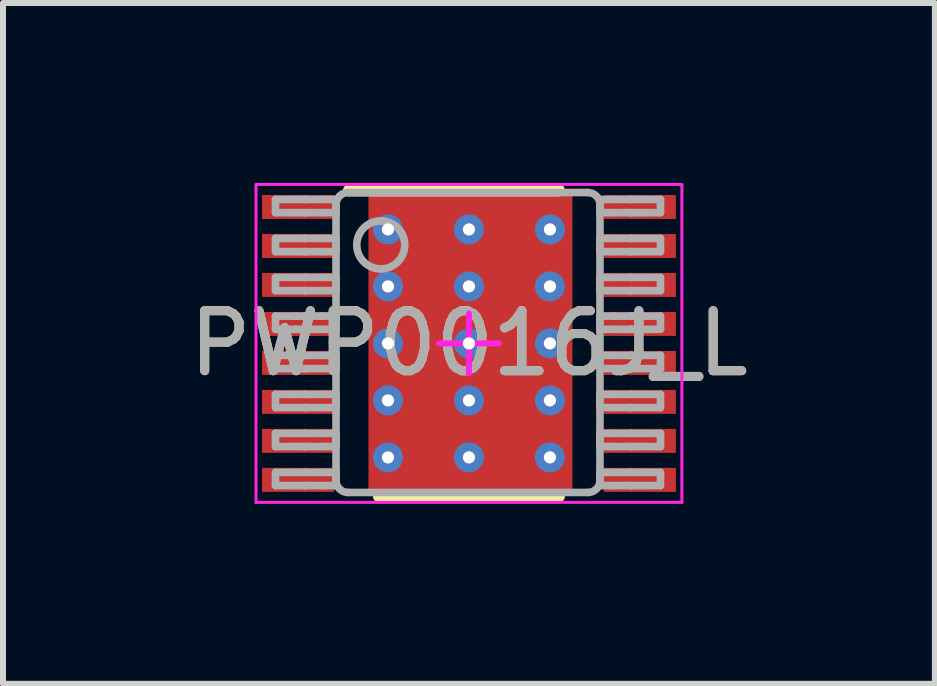
<source format=kicad_pcb>
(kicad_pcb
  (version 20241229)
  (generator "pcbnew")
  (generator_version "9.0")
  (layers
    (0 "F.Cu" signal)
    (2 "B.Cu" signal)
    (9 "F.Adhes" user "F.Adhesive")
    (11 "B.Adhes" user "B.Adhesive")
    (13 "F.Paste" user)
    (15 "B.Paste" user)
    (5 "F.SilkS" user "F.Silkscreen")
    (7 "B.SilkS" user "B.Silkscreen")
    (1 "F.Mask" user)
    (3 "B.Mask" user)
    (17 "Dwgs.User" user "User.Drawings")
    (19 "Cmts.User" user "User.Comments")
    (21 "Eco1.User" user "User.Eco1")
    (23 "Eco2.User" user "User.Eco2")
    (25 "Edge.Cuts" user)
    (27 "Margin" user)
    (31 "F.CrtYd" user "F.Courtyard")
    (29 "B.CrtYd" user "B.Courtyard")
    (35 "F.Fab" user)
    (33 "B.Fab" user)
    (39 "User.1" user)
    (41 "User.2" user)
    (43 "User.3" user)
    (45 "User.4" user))
  (footprint "PWP0016J_L"
    (layer "F.Cu")
    (at 4.768 2.675)
    (property "Reference" "PWP0016J_L" (at 0 0 0) (unlocked yes) (layer "F.SilkS") (effects (font (size 1 1) (thickness 0.15))))
    (attr smd)
    (fp_poly (pts (xy -1.23 1.726) (xy -1.23 -1.726) (xy -1.229 -1.735) (xy -1.226 -1.745) (xy -1.222 -1.753) (xy -1.216 -1.761) (xy -1.208 -1.767) (xy -1.2 -1.771) (xy -1.19 -1.774) (xy -1.181 -1.775) (xy 1.181 -1.775) (xy 1.19 -1.774) (xy 1.2 -1.771) (xy 1.208 -1.767) (xy 1.216 -1.761) (xy 1.222 -1.753) (xy 1.226 -1.745) (xy 1.229 -1.735) (xy 1.23 -1.726) (xy 1.23 1.726) (xy 1.229 1.735) (xy 1.226 1.745) (xy 1.222 1.753) (xy 1.216 1.761) (xy 1.208 1.767) (xy 1.2 1.771) (xy 1.19 1.774) (xy 1.181 1.775) (xy -1.181 1.775) (xy -1.19 1.774) (xy -1.2 1.771) (xy -1.208 1.767) (xy -1.216 1.761) (xy -1.222 1.753) (xy -1.226 1.745) (xy -1.229 1.735)) (stroke (width 0) (type solid)) (fill yes) (layer "F.Mask"))
    (fp_line (start -2 -2.55) (end 1.5 -2.55) (stroke (width 0.2) (type solid)) (layer "F.SilkS"))
    (fp_line (start -1.5 2.55) (end 1.5 2.55) (stroke (width 0.2) (type solid)) (layer "F.SilkS"))
    (fp_poly (pts (xy -1.23 1.726) (xy -1.23 -1.726) (xy -1.229 -1.735) (xy -1.226 -1.745) (xy -1.222 -1.753) (xy -1.216 -1.761) (xy -1.208 -1.767) (xy -1.2 -1.771) (xy -1.19 -1.774) (xy -1.181 -1.775) (xy 1.181 -1.775) (xy 1.19 -1.774) (xy 1.2 -1.771) (xy 1.208 -1.767) (xy 1.216 -1.761) (xy 1.222 -1.753) (xy 1.226 -1.745) (xy 1.229 -1.735) (xy 1.23 -1.726) (xy 1.23 1.726) (xy 1.229 1.735) (xy 1.226 1.745) (xy 1.222 1.753) (xy 1.216 1.761) (xy 1.208 1.767) (xy 1.2 1.771) (xy 1.19 1.774) (xy 1.181 1.775) (xy -1.181 1.775) (xy -1.19 1.774) (xy -1.2 1.771) (xy -1.208 1.767) (xy -1.216 1.761) (xy -1.222 1.753) (xy -1.226 1.745) (xy -1.229 1.735)) (stroke (width 0) (type solid)) (fill yes) (layer "F.Paste"))
    (fp_line (start -3.55 -2.65) (end 3.55 -2.65) (stroke (width 0.05) (type solid)) (layer "F.CrtYd"))
    (fp_line (start -3.55 2.65) (end -3.55 -2.65) (stroke (width 0.05) (type solid)) (layer "F.CrtYd"))
    (fp_line (start -3.55 2.65) (end 3.55 2.65) (stroke (width 0.05) (type solid)) (layer "F.CrtYd"))
    (fp_line (start -0.5 0) (end 0.5 0) (stroke (width 0.1) (type solid)) (layer "F.CrtYd"))
    (fp_line (start 0 0.5) (end 0 -0.5) (stroke (width 0.1) (type solid)) (layer "F.CrtYd"))
    (fp_line (start 3.55 2.65) (end 3.55 -2.65) (stroke (width 0.05) (type solid)) (layer "F.CrtYd"))
    (fp_line (start -3.225 -2.4) (end -2.887 -2.4) (stroke (width 0.127) (type solid)) (layer "F.Fab"))
    (fp_line (start -3.225 -2.18) (end -3.225 -2.4) (stroke (width 0.127) (type solid)) (layer "F.Fab"))
    (fp_line (start -3.225 -2.18) (end -2.887 -2.18) (stroke (width 0.127) (type solid)) (layer "F.Fab"))
    (fp_line (start -3.225 -1.75) (end -2.887 -1.75) (stroke (width 0.127) (type solid)) (layer "F.Fab"))
    (fp_line (start -3.225 -1.53) (end -3.225 -1.75) (stroke (width 0.127) (type solid)) (layer "F.Fab"))
    (fp_line (start -3.225 -1.53) (end -2.887 -1.53) (stroke (width 0.127) (type solid)) (layer "F.Fab"))
    (fp_line (start -3.225 -1.1) (end -2.887 -1.1) (stroke (width 0.127) (type solid)) (layer "F.Fab"))
    (fp_line (start -3.225 -0.88) (end -3.225 -1.1) (stroke (width 0.127) (type solid)) (layer "F.Fab"))
    (fp_line (start -3.225 -0.88) (end -2.887 -0.88) (stroke (width 0.127) (type solid)) (layer "F.Fab"))
    (fp_line (start -3.225 -0.455) (end -2.887 -0.455) (stroke (width 0.127) (type solid)) (layer "F.Fab"))
    (fp_line (start -3.225 -0.235) (end -3.225 -0.455) (stroke (width 0.127) (type solid)) (layer "F.Fab"))
    (fp_line (start -3.225 -0.235) (end -2.887 -0.235) (stroke (width 0.127) (type solid)) (layer "F.Fab"))
    (fp_line (start -3.225 0.2) (end -2.887 0.2) (stroke (width 0.127) (type solid)) (layer "F.Fab"))
    (fp_line (start -3.225 0.42) (end -3.225 0.2) (stroke (width 0.127) (type solid)) (layer "F.Fab"))
    (fp_line (start -3.225 0.42) (end -2.887 0.42) (stroke (width 0.127) (type solid)) (layer "F.Fab"))
    (fp_line (start -3.225 0.85) (end -2.887 0.85) (stroke (width 0.127) (type solid)) (layer "F.Fab"))
    (fp_line (start -3.225 1.07) (end -3.225 0.85) (stroke (width 0.127) (type solid)) (layer "F.Fab"))
    (fp_line (start -3.225 1.07) (end -2.887 1.07) (stroke (width 0.127) (type solid)) (layer "F.Fab"))
    (fp_line (start -3.225 1.5) (end -2.887 1.5) (stroke (width 0.127) (type solid)) (layer "F.Fab"))
    (fp_line (start -3.225 1.72) (end -3.225 1.5) (stroke (width 0.127) (type solid)) (layer "F.Fab"))
    (fp_line (start -3.225 1.72) (end -2.887 1.72) (stroke (width 0.127) (type solid)) (layer "F.Fab"))
    (fp_line (start -3.225 2.15) (end -2.887 2.15) (stroke (width 0.127) (type solid)) (layer "F.Fab"))
    (fp_line (start -3.225 2.37) (end -3.225 2.15) (stroke (width 0.127) (type solid)) (layer "F.Fab"))
    (fp_line (start -3.225 2.37) (end -2.887 2.37) (stroke (width 0.127) (type solid)) (layer "F.Fab"))
    (fp_line (start -2.887 -2.4) (end -2.739 -2.4) (stroke (width 0.127) (type solid)) (layer "F.Fab"))
    (fp_line (start -2.887 -2.18) (end -2.739 -2.18) (stroke (width 0.127) (type solid)) (layer "F.Fab"))
    (fp_line (start -2.887 -1.75) (end -2.739 -1.75) (stroke (width 0.127) (type solid)) (layer "F.Fab"))
    (fp_line (start -2.887 -1.53) (end -2.739 -1.53) (stroke (width 0.127) (type solid)) (layer "F.Fab"))
    (fp_line (start -2.887 -1.1) (end -2.739 -1.1) (stroke (width 0.127) (type solid)) (layer "F.Fab"))
    (fp_line (start -2.887 -0.88) (end -2.739 -0.88) (stroke (width 0.127) (type solid)) (layer "F.Fab"))
    (fp_line (start -2.887 -0.455) (end -2.739 -0.455) (stroke (width 0.127) (type solid)) (layer "F.Fab"))
    (fp_line (start -2.887 -0.235) (end -2.739 -0.235) (stroke (width 0.127) (type solid)) (layer "F.Fab"))
    (fp_line (start -2.887 0.2) (end -2.739 0.2) (stroke (width 0.127) (type solid)) (layer "F.Fab"))
    (fp_line (start -2.887 0.42) (end -2.739 0.42) (stroke (width 0.127) (type solid)) (layer "F.Fab"))
    (fp_line (start -2.887 0.85) (end -2.739 0.85) (stroke (width 0.127) (type solid)) (layer "F.Fab"))
    (fp_line (start -2.887 1.07) (end -2.739 1.07) (stroke (width 0.127) (type solid)) (layer "F.Fab"))
    (fp_line (start -2.887 1.5) (end -2.739 1.5) (stroke (width 0.127) (type solid)) (layer "F.Fab"))
    (fp_line (start -2.887 1.72) (end -2.739 1.72) (stroke (width 0.127) (type solid)) (layer "F.Fab"))
    (fp_line (start -2.887 2.15) (end -2.739 2.15) (stroke (width 0.127) (type solid)) (layer "F.Fab"))
    (fp_line (start -2.887 2.37) (end -2.739 2.37) (stroke (width 0.127) (type solid)) (layer "F.Fab"))
    (fp_line (start -2.739 -2.4) (end -2.73 -2.4) (stroke (width 0.127) (type solid)) (layer "F.Fab"))
    (fp_line (start -2.739 -2.18) (end -2.73 -2.18) (stroke (width 0.127) (type solid)) (layer "F.Fab"))
    (fp_line (start -2.739 -1.75) (end -2.73 -1.75) (stroke (width 0.127) (type solid)) (layer "F.Fab"))
    (fp_line (start -2.739 -1.53) (end -2.73 -1.53) (stroke (width 0.127) (type solid)) (layer "F.Fab"))
    (fp_line (start -2.739 -1.1) (end -2.73 -1.1) (stroke (width 0.127) (type solid)) (layer "F.Fab"))
    (fp_line (start -2.739 -0.88) (end -2.73 -0.88) (stroke (width 0.127) (type solid)) (layer "F.Fab"))
    (fp_line (start -2.739 -0.455) (end -2.73 -0.455) (stroke (width 0.127) (type solid)) (layer "F.Fab"))
    (fp_line (start -2.739 -0.235) (end -2.73 -0.235) (stroke (width 0.127) (type solid)) (layer "F.Fab"))
    (fp_line (start -2.739 0.2) (end -2.73 0.2) (stroke (width 0.127) (type solid)) (layer "F.Fab"))
    (fp_line (start -2.739 0.42) (end -2.73 0.42) (stroke (width 0.127) (type solid)) (layer "F.Fab"))
    (fp_line (start -2.739 0.85) (end -2.73 0.85) (stroke (width 0.127) (type solid)) (layer "F.Fab"))
    (fp_line (start -2.739 1.07) (end -2.73 1.07) (stroke (width 0.127) (type solid)) (layer "F.Fab"))
    (fp_line (start -2.739 1.5) (end -2.73 1.5) (stroke (width 0.127) (type solid)) (layer "F.Fab"))
    (fp_line (start -2.739 1.72) (end -2.73 1.72) (stroke (width 0.127) (type solid)) (layer "F.Fab"))
    (fp_line (start -2.739 2.15) (end -2.73 2.15) (stroke (width 0.127) (type solid)) (layer "F.Fab"))
    (fp_line (start -2.739 2.37) (end -2.73 2.37) (stroke (width 0.127) (type solid)) (layer "F.Fab"))
    (fp_line (start -2.73 -2.4) (end -2.446 -2.4) (stroke (width 0.127) (type solid)) (layer "F.Fab"))
    (fp_line (start -2.73 -2.18) (end -2.446 -2.18) (stroke (width 0.127) (type solid)) (layer "F.Fab"))
    (fp_line (start -2.73 -1.75) (end -2.446 -1.75) (stroke (width 0.127) (type solid)) (layer "F.Fab"))
    (fp_line (start -2.73 -1.53) (end -2.446 -1.53) (stroke (width 0.127) (type solid)) (layer "F.Fab"))
    (fp_line (start -2.73 -1.1) (end -2.446 -1.1) (stroke (width 0.127) (type solid)) (layer "F.Fab"))
    (fp_line (start -2.73 -0.88) (end -2.446 -0.88) (stroke (width 0.127) (type solid)) (layer "F.Fab"))
    (fp_line (start -2.73 -0.455) (end -2.446 -0.455) (stroke (width 0.127) (type solid)) (layer "F.Fab"))
    (fp_line (start -2.73 -0.235) (end -2.446 -0.235) (stroke (width 0.127) (type solid)) (layer "F.Fab"))
    (fp_line (start -2.73 0.2) (end -2.446 0.2) (stroke (width 0.127) (type solid)) (layer "F.Fab"))
    (fp_line (start -2.73 0.42) (end -2.446 0.42) (stroke (width 0.127) (type solid)) (layer "F.Fab"))
    (fp_line (start -2.73 0.85) (end -2.446 0.85) (stroke (width 0.127) (type solid)) (layer "F.Fab"))
    (fp_line (start -2.73 1.07) (end -2.446 1.07) (stroke (width 0.127) (type solid)) (layer "F.Fab"))
    (fp_line (start -2.73 1.5) (end -2.446 1.5) (stroke (width 0.127) (type solid)) (layer "F.Fab"))
    (fp_line (start -2.73 1.72) (end -2.446 1.72) (stroke (width 0.127) (type solid)) (layer "F.Fab"))
    (fp_line (start -2.73 2.15) (end -2.446 2.15) (stroke (width 0.127) (type solid)) (layer "F.Fab"))
    (fp_line (start -2.73 2.37) (end -2.446 2.37) (stroke (width 0.127) (type solid)) (layer "F.Fab"))
    (fp_line (start -2.446 -2.4) (end -2.216 -2.4) (stroke (width 0.127) (type solid)) (layer "F.Fab"))
    (fp_line (start -2.446 -2.18) (end -2.216 -2.18) (stroke (width 0.127) (type solid)) (layer "F.Fab"))
    (fp_line (start -2.446 -1.75) (end -2.216 -1.75) (stroke (width 0.127) (type solid)) (layer "F.Fab"))
    (fp_line (start -2.446 -1.53) (end -2.216 -1.53) (stroke (width 0.127) (type solid)) (layer "F.Fab"))
    (fp_line (start -2.446 -1.1) (end -2.216 -1.1) (stroke (width 0.127) (type solid)) (layer "F.Fab"))
    (fp_line (start -2.446 -0.88) (end -2.216 -0.88) (stroke (width 0.127) (type solid)) (layer "F.Fab"))
    (fp_line (start -2.446 -0.455) (end -2.216 -0.455) (stroke (width 0.127) (type solid)) (layer "F.Fab"))
    (fp_line (start -2.446 -0.235) (end -2.216 -0.235) (stroke (width 0.127) (type solid)) (layer "F.Fab"))
    (fp_line (start -2.446 0.2) (end -2.216 0.2) (stroke (width 0.127) (type solid)) (layer "F.Fab"))
    (fp_line (start -2.446 0.42) (end -2.216 0.42) (stroke (width 0.127) (type solid)) (layer "F.Fab"))
    (fp_line (start -2.446 0.85) (end -2.216 0.85) (stroke (width 0.127) (type solid)) (layer "F.Fab"))
    (fp_line (start -2.446 1.07) (end -2.216 1.07) (stroke (width 0.127) (type solid)) (layer "F.Fab"))
    (fp_line (start -2.446 1.5) (end -2.216 1.5) (stroke (width 0.127) (type solid)) (layer "F.Fab"))
    (fp_line (start -2.446 1.72) (end -2.216 1.72) (stroke (width 0.127) (type solid)) (layer "F.Fab"))
    (fp_line (start -2.446 2.15) (end -2.216 2.15) (stroke (width 0.127) (type solid)) (layer "F.Fab"))
    (fp_line (start -2.446 2.37) (end -2.216 2.37) (stroke (width 0.127) (type solid)) (layer "F.Fab"))
    (fp_line (start -2.216 -2.18) (end -2.216 -2.4) (stroke (width 0.127) (type solid)) (layer "F.Fab"))
    (fp_line (start -2.216 -1.53) (end -2.216 -1.75) (stroke (width 0.127) (type solid)) (layer "F.Fab"))
    (fp_line (start -2.216 -0.88) (end -2.216 -1.1) (stroke (width 0.127) (type solid)) (layer "F.Fab"))
    (fp_line (start -2.216 -0.235) (end -2.216 -0.455) (stroke (width 0.127) (type solid)) (layer "F.Fab"))
    (fp_line (start -2.216 0.42) (end -2.216 0.2) (stroke (width 0.127) (type solid)) (layer "F.Fab"))
    (fp_line (start -2.216 1.07) (end -2.216 0.85) (stroke (width 0.127) (type solid)) (layer "F.Fab"))
    (fp_line (start -2.216 1.72) (end -2.216 1.5) (stroke (width 0.127) (type solid)) (layer "F.Fab"))
    (fp_line (start -2.216 2.285) (end -2.216 -2.315) (stroke (width 0.127) (type solid)) (layer "F.Fab"))
    (fp_line (start -2.216 2.37) (end -2.216 2.15) (stroke (width 0.127) (type solid)) (layer "F.Fab"))
    (fp_line (start -2.016 -2.515) (end 1.984 -2.515) (stroke (width 0.127) (type solid)) (layer "F.Fab"))
    (fp_line (start -2.016 2.485) (end 1.984 2.485) (stroke (width 0.127) (type solid)) (layer "F.Fab"))
    (fp_line (start 2.184 -2.4) (end 2.413 -2.4) (stroke (width 0.127) (type solid)) (layer "F.Fab"))
    (fp_line (start 2.184 -2.18) (end 2.184 -2.4) (stroke (width 0.127) (type solid)) (layer "F.Fab"))
    (fp_line (start 2.184 -2.18) (end 2.413 -2.18) (stroke (width 0.127) (type solid)) (layer "F.Fab"))
    (fp_line (start 2.184 -1.75) (end 2.413 -1.75) (stroke (width 0.127) (type solid)) (layer "F.Fab"))
    (fp_line (start 2.184 -1.53) (end 2.184 -1.75) (stroke (width 0.127) (type solid)) (layer "F.Fab"))
    (fp_line (start 2.184 -1.53) (end 2.413 -1.53) (stroke (width 0.127) (type solid)) (layer "F.Fab"))
    (fp_line (start 2.184 -1.1) (end 2.413 -1.1) (stroke (width 0.127) (type solid)) (layer "F.Fab"))
    (fp_line (start 2.184 -0.88) (end 2.184 -1.1) (stroke (width 0.127) (type solid)) (layer "F.Fab"))
    (fp_line (start 2.184 -0.88) (end 2.413 -0.88) (stroke (width 0.127) (type solid)) (layer "F.Fab"))
    (fp_line (start 2.184 -0.455) (end 2.413 -0.455) (stroke (width 0.127) (type solid)) (layer "F.Fab"))
    (fp_line (start 2.184 -0.235) (end 2.184 -0.455) (stroke (width 0.127) (type solid)) (layer "F.Fab"))
    (fp_line (start 2.184 -0.235) (end 2.413 -0.235) (stroke (width 0.127) (type solid)) (layer "F.Fab"))
    (fp_line (start 2.184 0.2) (end 2.413 0.2) (stroke (width 0.127) (type solid)) (layer "F.Fab"))
    (fp_line (start 2.184 0.42) (end 2.184 0.2) (stroke (width 0.127) (type solid)) (layer "F.Fab"))
    (fp_line (start 2.184 0.42) (end 2.413 0.42) (stroke (width 0.127) (type solid)) (layer "F.Fab"))
    (fp_line (start 2.184 0.85) (end 2.413 0.85) (stroke (width 0.127) (type solid)) (layer "F.Fab"))
    (fp_line (start 2.184 1.07) (end 2.184 0.85) (stroke (width 0.127) (type solid)) (layer "F.Fab"))
    (fp_line (start 2.184 1.07) (end 2.413 1.07) (stroke (width 0.127) (type solid)) (layer "F.Fab"))
    (fp_line (start 2.184 1.5) (end 2.413 1.5) (stroke (width 0.127) (type solid)) (layer "F.Fab"))
    (fp_line (start 2.184 1.72) (end 2.184 1.5) (stroke (width 0.127) (type solid)) (layer "F.Fab"))
    (fp_line (start 2.184 1.72) (end 2.413 1.72) (stroke (width 0.127) (type solid)) (layer "F.Fab"))
    (fp_line (start 2.184 2.15) (end 2.413 2.15) (stroke (width 0.127) (type solid)) (layer "F.Fab"))
    (fp_line (start 2.184 2.285) (end 2.184 -2.315) (stroke (width 0.127) (type solid)) (layer "F.Fab"))
    (fp_line (start 2.184 2.37) (end 2.184 2.15) (stroke (width 0.127) (type solid)) (layer "F.Fab"))
    (fp_line (start 2.184 2.37) (end 2.413 2.37) (stroke (width 0.127) (type solid)) (layer "F.Fab"))
    (fp_line (start 2.413 -2.4) (end 2.698 -2.4) (stroke (width 0.127) (type solid)) (layer "F.Fab"))
    (fp_line (start 2.413 -2.18) (end 2.698 -2.18) (stroke (width 0.127) (type solid)) (layer "F.Fab"))
    (fp_line (start 2.413 -1.75) (end 2.698 -1.75) (stroke (width 0.127) (type solid)) (layer "F.Fab"))
    (fp_line (start 2.413 -1.53) (end 2.698 -1.53) (stroke (width 0.127) (type solid)) (layer "F.Fab"))
    (fp_line (start 2.413 -1.1) (end 2.698 -1.1) (stroke (width 0.127) (type solid)) (layer "F.Fab"))
    (fp_line (start 2.413 -0.88) (end 2.698 -0.88) (stroke (width 0.127) (type solid)) (layer "F.Fab"))
    (fp_line (start 2.413 -0.455) (end 2.698 -0.455) (stroke (width 0.127) (type solid)) (layer "F.Fab"))
    (fp_line (start 2.413 -0.235) (end 2.698 -0.235) (stroke (width 0.127) (type solid)) (layer "F.Fab"))
    (fp_line (start 2.413 0.2) (end 2.698 0.2) (stroke (width 0.127) (type solid)) (layer "F.Fab"))
    (fp_line (start 2.413 0.42) (end 2.698 0.42) (stroke (width 0.127) (type solid)) (layer "F.Fab"))
    (fp_line (start 2.413 0.85) (end 2.698 0.85) (stroke (width 0.127) (type solid)) (layer "F.Fab"))
    (fp_line (start 2.413 1.07) (end 2.698 1.07) (stroke (width 0.127) (type solid)) (layer "F.Fab"))
    (fp_line (start 2.413 1.5) (end 2.698 1.5) (stroke (width 0.127) (type solid)) (layer "F.Fab"))
    (fp_line (start 2.413 1.72) (end 2.698 1.72) (stroke (width 0.127) (type solid)) (layer "F.Fab"))
    (fp_line (start 2.413 2.15) (end 2.698 2.15) (stroke (width 0.127) (type solid)) (layer "F.Fab"))
    (fp_line (start 2.413 2.37) (end 2.698 2.37) (stroke (width 0.127) (type solid)) (layer "F.Fab"))
    (fp_line (start 2.698 -2.4) (end 2.707 -2.4) (stroke (width 0.127) (type solid)) (layer "F.Fab"))
    (fp_line (start 2.698 -2.18) (end 2.707 -2.18) (stroke (width 0.127) (type solid)) (layer "F.Fab"))
    (fp_line (start 2.698 -1.75) (end 2.707 -1.75) (stroke (width 0.127) (type solid)) (layer "F.Fab"))
    (fp_line (start 2.698 -1.53) (end 2.707 -1.53) (stroke (width 0.127) (type solid)) (layer "F.Fab"))
    (fp_line (start 2.698 -1.1) (end 2.707 -1.1) (stroke (width 0.127) (type solid)) (layer "F.Fab"))
    (fp_line (start 2.698 -0.88) (end 2.707 -0.88) (stroke (width 0.127) (type solid)) (layer "F.Fab"))
    (fp_line (start 2.698 -0.455) (end 2.707 -0.455) (stroke (width 0.127) (type solid)) (layer "F.Fab"))
    (fp_line (start 2.698 -0.235) (end 2.707 -0.235) (stroke (width 0.127) (type solid)) (layer "F.Fab"))
    (fp_line (start 2.698 0.2) (end 2.707 0.2) (stroke (width 0.127) (type solid)) (layer "F.Fab"))
    (fp_line (start 2.698 0.42) (end 2.707 0.42) (stroke (width 0.127) (type solid)) (layer "F.Fab"))
    (fp_line (start 2.698 0.85) (end 2.707 0.85) (stroke (width 0.127) (type solid)) (layer "F.Fab"))
    (fp_line (start 2.698 1.07) (end 2.707 1.07) (stroke (width 0.127) (type solid)) (layer "F.Fab"))
    (fp_line (start 2.698 1.5) (end 2.707 1.5) (stroke (width 0.127) (type solid)) (layer "F.Fab"))
    (fp_line (start 2.698 1.72) (end 2.707 1.72) (stroke (width 0.127) (type solid)) (layer "F.Fab"))
    (fp_line (start 2.698 2.15) (end 2.707 2.15) (stroke (width 0.127) (type solid)) (layer "F.Fab"))
    (fp_line (start 2.698 2.37) (end 2.707 2.37) (stroke (width 0.127) (type solid)) (layer "F.Fab"))
    (fp_line (start 2.707 -2.4) (end 2.854 -2.4) (stroke (width 0.127) (type solid)) (layer "F.Fab"))
    (fp_line (start 2.707 -2.18) (end 2.854 -2.18) (stroke (width 0.127) (type solid)) (layer "F.Fab"))
    (fp_line (start 2.707 -1.75) (end 2.854 -1.75) (stroke (width 0.127) (type solid)) (layer "F.Fab"))
    (fp_line (start 2.707 -1.53) (end 2.854 -1.53) (stroke (width 0.127) (type solid)) (layer "F.Fab"))
    (fp_line (start 2.707 -1.1) (end 2.854 -1.1) (stroke (width 0.127) (type solid)) (layer "F.Fab"))
    (fp_line (start 2.707 -0.88) (end 2.854 -0.88) (stroke (width 0.127) (type solid)) (layer "F.Fab"))
    (fp_line (start 2.707 -0.455) (end 2.854 -0.455) (stroke (width 0.127) (type solid)) (layer "F.Fab"))
    (fp_line (start 2.707 -0.235) (end 2.854 -0.235) (stroke (width 0.127) (type solid)) (layer "F.Fab"))
    (fp_line (start 2.707 0.2) (end 2.854 0.2) (stroke (width 0.127) (type solid)) (layer "F.Fab"))
    (fp_line (start 2.707 0.42) (end 2.854 0.42) (stroke (width 0.127) (type solid)) (layer "F.Fab"))
    (fp_line (start 2.707 0.85) (end 2.854 0.85) (stroke (width 0.127) (type solid)) (layer "F.Fab"))
    (fp_line (start 2.707 1.07) (end 2.854 1.07) (stroke (width 0.127) (type solid)) (layer "F.Fab"))
    (fp_line (start 2.707 1.5) (end 2.854 1.5) (stroke (width 0.127) (type solid)) (layer "F.Fab"))
    (fp_line (start 2.707 1.72) (end 2.854 1.72) (stroke (width 0.127) (type solid)) (layer "F.Fab"))
    (fp_line (start 2.707 2.15) (end 2.854 2.15) (stroke (width 0.127) (type solid)) (layer "F.Fab"))
    (fp_line (start 2.707 2.37) (end 2.854 2.37) (stroke (width 0.127) (type solid)) (layer "F.Fab"))
    (fp_line (start 2.854 -2.4) (end 3.193 -2.4) (stroke (width 0.127) (type solid)) (layer "F.Fab"))
    (fp_line (start 2.854 -2.18) (end 3.193 -2.18) (stroke (width 0.127) (type solid)) (layer "F.Fab"))
    (fp_line (start 2.854 -1.75) (end 3.193 -1.75) (stroke (width 0.127) (type solid)) (layer "F.Fab"))
    (fp_line (start 2.854 -1.53) (end 3.193 -1.53) (stroke (width 0.127) (type solid)) (layer "F.Fab"))
    (fp_line (start 2.854 -1.1) (end 3.193 -1.1) (stroke (width 0.127) (type solid)) (layer "F.Fab"))
    (fp_line (start 2.854 -0.88) (end 3.193 -0.88) (stroke (width 0.127) (type solid)) (layer "F.Fab"))
    (fp_line (start 2.854 -0.455) (end 3.193 -0.455) (stroke (width 0.127) (type solid)) (layer "F.Fab"))
    (fp_line (start 2.854 -0.235) (end 3.193 -0.235) (stroke (width 0.127) (type solid)) (layer "F.Fab"))
    (fp_line (start 2.854 0.2) (end 3.193 0.2) (stroke (width 0.127) (type solid)) (layer "F.Fab"))
    (fp_line (start 2.854 0.42) (end 3.193 0.42) (stroke (width 0.127) (type solid)) (layer "F.Fab"))
    (fp_line (start 2.854 0.85) (end 3.193 0.85) (stroke (width 0.127) (type solid)) (layer "F.Fab"))
    (fp_line (start 2.854 1.07) (end 3.193 1.07) (stroke (width 0.127) (type solid)) (layer "F.Fab"))
    (fp_line (start 2.854 1.5) (end 3.193 1.5) (stroke (width 0.127) (type solid)) (layer "F.Fab"))
    (fp_line (start 2.854 1.72) (end 3.193 1.72) (stroke (width 0.127) (type solid)) (layer "F.Fab"))
    (fp_line (start 2.854 2.15) (end 3.193 2.15) (stroke (width 0.127) (type solid)) (layer "F.Fab"))
    (fp_line (start 2.854 2.37) (end 3.193 2.37) (stroke (width 0.127) (type solid)) (layer "F.Fab"))
    (fp_line (start 3.193 -2.18) (end 3.193 -2.4) (stroke (width 0.127) (type solid)) (layer "F.Fab"))
    (fp_line (start 3.193 -1.53) (end 3.193 -1.75) (stroke (width 0.127) (type solid)) (layer "F.Fab"))
    (fp_line (start 3.193 -0.88) (end 3.193 -1.1) (stroke (width 0.127) (type solid)) (layer "F.Fab"))
    (fp_line (start 3.193 -0.235) (end 3.193 -0.455) (stroke (width 0.127) (type solid)) (layer "F.Fab"))
    (fp_line (start 3.193 0.42) (end 3.193 0.2) (stroke (width 0.127) (type solid)) (layer "F.Fab"))
    (fp_line (start 3.193 1.07) (end 3.193 0.85) (stroke (width 0.127) (type solid)) (layer "F.Fab"))
    (fp_line (start 3.193 1.72) (end 3.193 1.5) (stroke (width 0.127) (type solid)) (layer "F.Fab"))
    (fp_line (start 3.193 2.37) (end 3.193 2.15) (stroke (width 0.127) (type solid)) (layer "F.Fab"))
    (fp_arc (start -2.216137 -2.314986) (mid -2.157559 -2.456407) (end -2.016138 -2.514986) (stroke (width 0.127) (type solid)) (layer "F.Fab"))
    (fp_arc (start -2.016137 2.485004) (mid -2.157559 2.426426) (end -2.216137 2.285004) (stroke (width 0.127) (type solid)) (layer "F.Fab"))
    (fp_arc (start -1.470139 -2.041987) (mid -1.07014 -1.641988) (end -1.470139 -1.241989) (stroke (width 0.127) (type solid)) (layer "F.Fab"))
    (fp_arc (start -1.470139 -1.241989) (mid -1.870139 -1.641988) (end -1.470139 -2.041987) (stroke (width 0.127) (type solid)) (layer "F.Fab"))
    (fp_arc (start 1.983854 -2.514986) (mid 2.125275 -2.456408) (end 2.183854 -2.314986) (stroke (width 0.127) (type solid)) (layer "F.Fab"))
    (fp_arc (start 2.183854 2.285004) (mid 2.125275 2.426425) (end 1.983854 2.485004) (stroke (width 0.127) (type solid)) (layer "F.Fab"))
    (fp_text user "${REFERENCE}" (at 0 0 0) (unlocked yes) (layer "F.Fab") (effects (font (size 1 1) (thickness 0.15))))
    (pad "1" smd rect (at -2.85 -2.275 90) (size 0.4 1.2) (layers "F.Cu" "F.Mask" "F.Paste"))
    (pad "2" smd rect (at -2.85 -1.625 90) (size 0.4 1.2) (layers "F.Cu" "F.Mask" "F.Paste"))
    (pad "3" smd rect (at -2.85 -0.975 90) (size 0.4 1.2) (layers "F.Cu" "F.Mask" "F.Paste"))
    (pad "4" smd rect (at -2.85 -0.325 90) (size 0.4 1.2) (layers "F.Cu" "F.Mask" "F.Paste"))
    (pad "5" smd rect (at -2.85 0.325 90) (size 0.4 1.2) (layers "F.Cu" "F.Mask" "F.Paste"))
    (pad "6" smd rect (at -2.85 0.975 90) (size 0.4 1.2) (layers "F.Cu" "F.Mask" "F.Paste"))
    (pad "7" smd rect (at -2.85 1.625 90) (size 0.4 1.2) (layers "F.Cu" "F.Mask" "F.Paste"))
    (pad "8" smd rect (at -2.85 2.275 90) (size 0.4 1.2) (layers "F.Cu" "F.Mask" "F.Paste"))
    (pad "9" smd rect (at 2.85 2.275 90) (size 0.4 1.2) (layers "F.Cu" "F.Mask" "F.Paste"))
    (pad "10" smd rect (at 2.85 1.625 90) (size 0.4 1.2) (layers "F.Cu" "F.Mask" "F.Paste"))
    (pad "11" smd rect (at 2.85 0.975 90) (size 0.4 1.2) (layers "F.Cu" "F.Mask" "F.Paste"))
    (pad "12" smd rect (at 2.85 0.325 90) (size 0.4 1.2) (layers "F.Cu" "F.Mask" "F.Paste"))
    (pad "13" smd rect (at 2.85 -0.325 90) (size 0.4 1.2) (layers "F.Cu" "F.Mask" "F.Paste"))
    (pad "14" smd rect (at 2.85 -0.975 90) (size 0.4 1.2) (layers "F.Cu" "F.Mask" "F.Paste"))
    (pad "15" smd rect (at 2.85 -1.625 90) (size 0.4 1.2) (layers "F.Cu" "F.Mask" "F.Paste"))
    (pad "16" smd rect (at 2.85 -2.275 90) (size 0.4 1.2) (layers "F.Cu" "F.Mask" "F.Paste"))
    (pad "17" smd rect (at 0.025 0) (size 3.4 5) (layers "F.Cu" "F.Mask" "F.Paste"))
    (pad "18" thru_hole circle (at -1.35 1.9) (size 0.5 0.5) (drill 0.203) (layers "*.Cu" "*.Mask"))
    (pad "19" thru_hole circle (at -1.35 -1.9) (size 0.5 0.5) (drill 0.203) (layers "*.Cu" "*.Mask"))
    (pad "20" thru_hole circle (at -1.35 -0.95) (size 0.5 0.5) (drill 0.203) (layers "*.Cu" "*.Mask"))
    (pad "21" thru_hole circle (at -1.35 0.95) (size 0.5 0.5) (drill 0.203) (layers "*.Cu" "*.Mask"))
    (pad "22" thru_hole circle (at -1.35 0) (size 0.5 0.5) (drill 0.203) (layers "*.Cu" "*.Mask"))
    (pad "23" thru_hole circle (at 1.35 0) (size 0.5 0.5) (drill 0.203) (layers "*.Cu" "*.Mask"))
    (pad "24" thru_hole circle (at 1.35 0.95) (size 0.5 0.5) (drill 0.203) (layers "*.Cu" "*.Mask"))
    (pad "25" thru_hole circle (at 1.35 -0.95) (size 0.5 0.5) (drill 0.203) (layers "*.Cu" "*.Mask"))
    (pad "26" thru_hole circle (at 1.35 -1.9) (size 0.5 0.5) (drill 0.203) (layers "*.Cu" "*.Mask"))
    (pad "27" thru_hole circle (at 1.35 1.9) (size 0.5 0.5) (drill 0.203) (layers "*.Cu" "*.Mask"))
    (pad "28" thru_hole circle (at 0 1.9) (size 0.5 0.5) (drill 0.203) (layers "*.Cu" "*.Mask"))
    (pad "29" thru_hole circle (at 0 -1.9) (size 0.5 0.5) (drill 0.203) (layers "*.Cu" "*.Mask"))
    (pad "30" thru_hole circle (at 0 -0.95) (size 0.5 0.5) (drill 0.203) (layers "*.Cu" "*.Mask"))
    (pad "31" thru_hole circle (at 0 0.95) (size 0.5 0.5) (drill 0.203) (layers "*.Cu" "*.Mask"))
    (pad "32" thru_hole circle (at 0 0) (size 0.5 0.5) (drill 0.203) (layers "*.Cu" "*.Mask")))
  (gr_rect
    (start -3 -3)
    (end 12.536 8.35)
    (stroke (width 0.1) (type default))
    (fill no)
    (layer "Edge.Cuts")))
</source>
